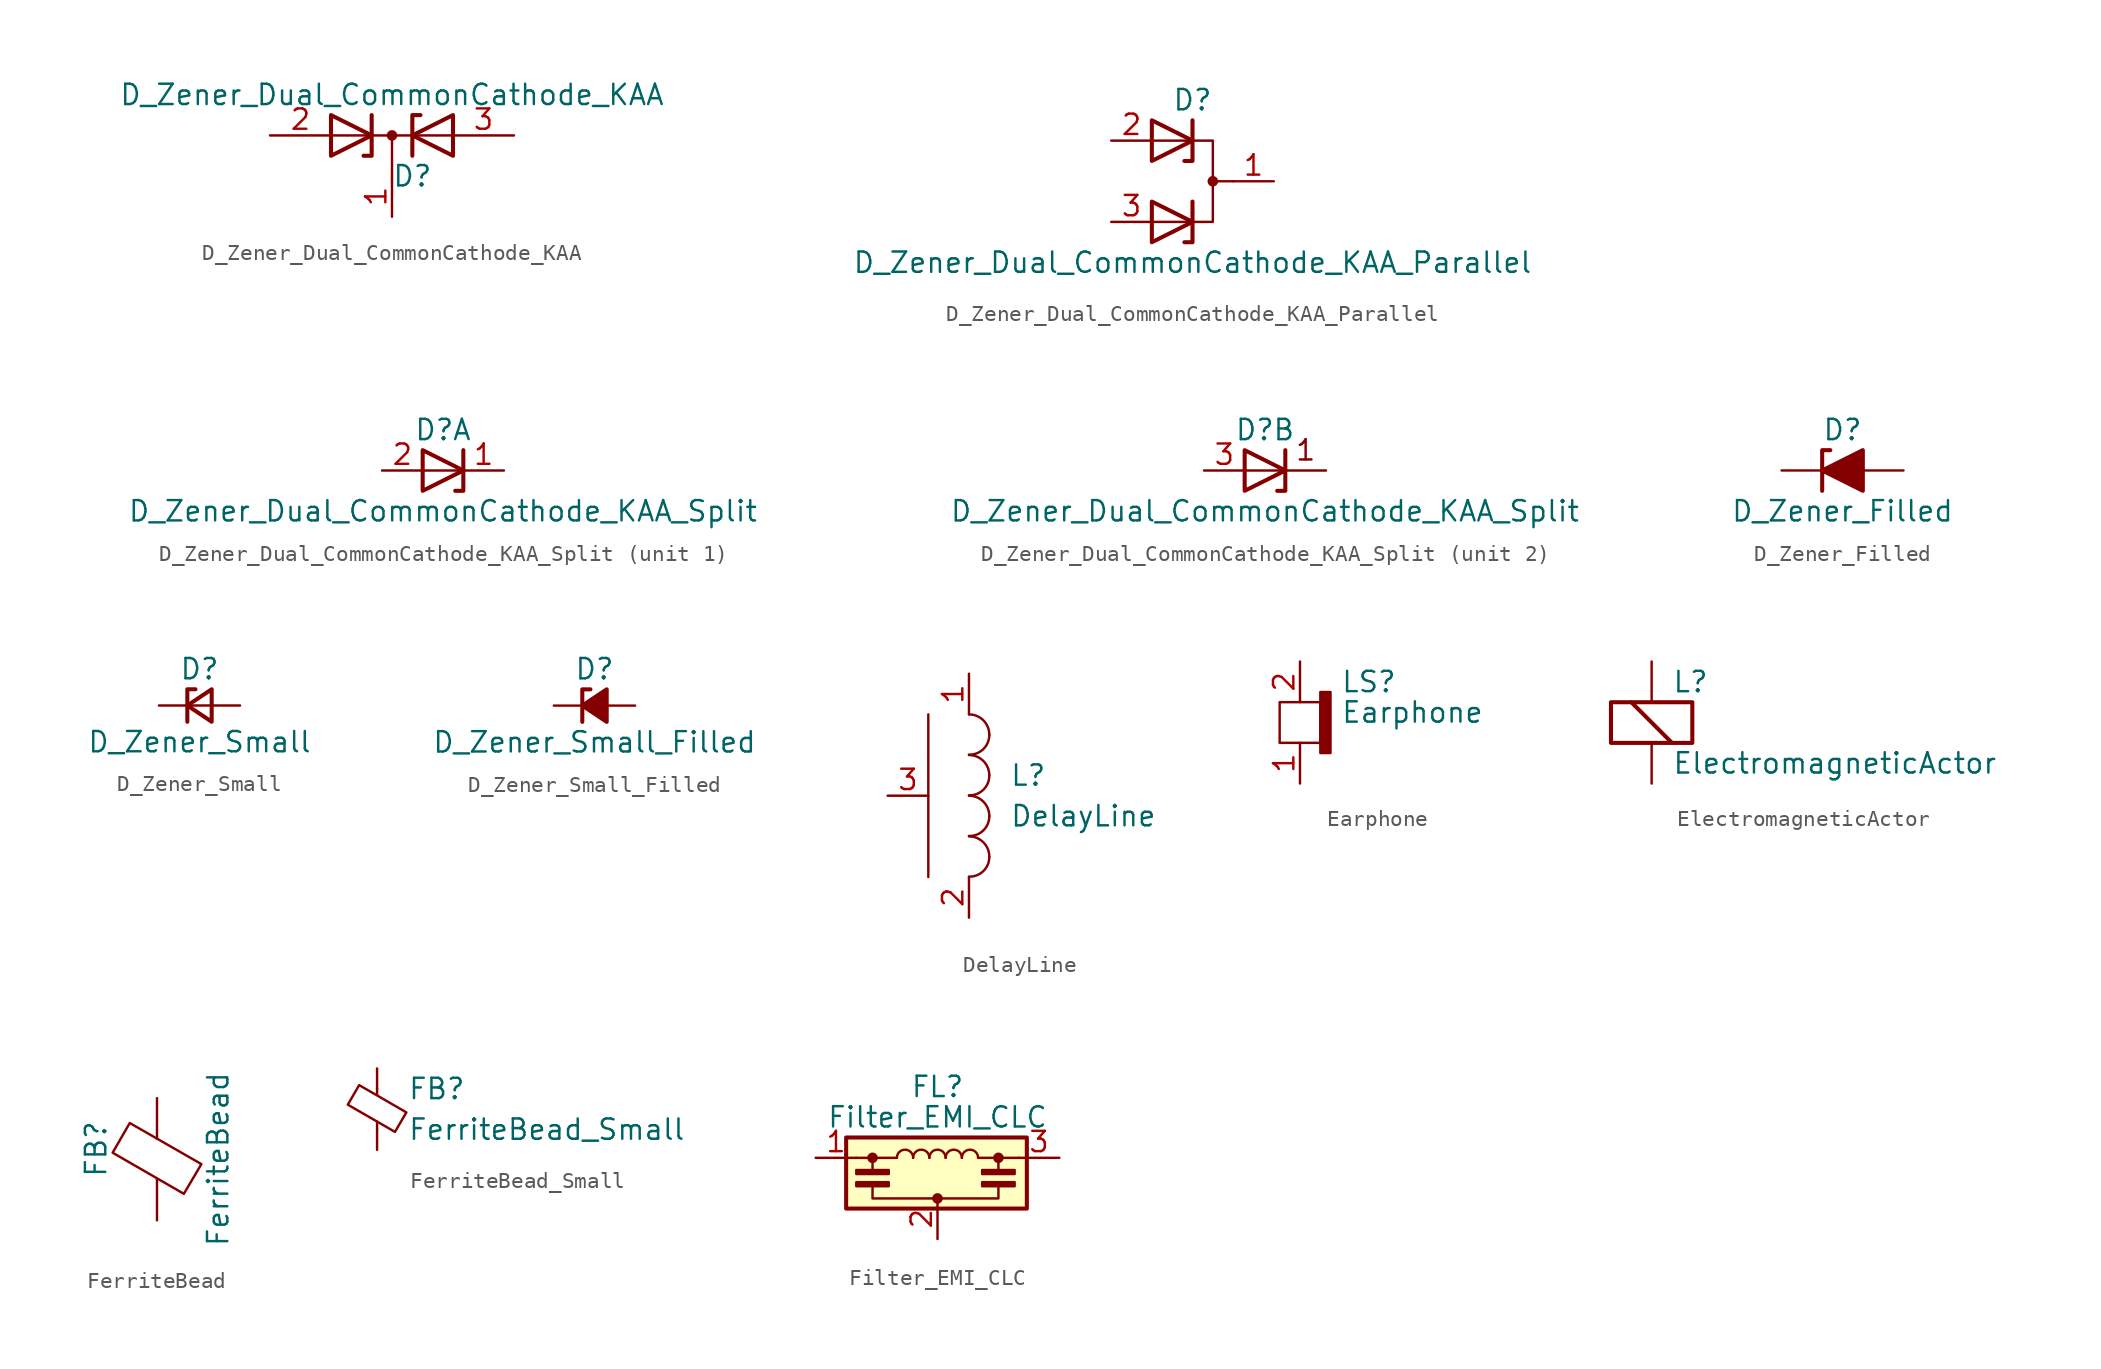
<source format=kicad_sym>
(kicad_symbol_lib
  (version 20241209)
  (generator "kicad_symbol_editor")
  (generator_version "9.0")
  (symbol "D_Zener_Dual_CommonCathode_KAA"
    (pin_names
      (offset 0.762)
      (hide yes))
    (property "Reference" "D"
      (at 1.27 -2.54 0)
      (effects (font (size 1.27 1.27))))
    (property "Value" "D_Zener_Dual_CommonCathode_KAA"
      (at 0 2.54 0)
      (effects (font (size 1.27 1.27))))
    (symbol "D_Zener_Dual_CommonCathode_KAA_0_1"
      (polyline (pts (xy -3.81 1.27) (xy -1.27 0) (xy -3.81 -1.27) (xy -3.81 1.27) (xy -3.81 1.27) (xy -3.81 1.27)) (stroke (width 0.254) (type solid)) (fill (type none)))
      (polyline (pts (xy -3.81 0) (xy 3.81 0)) (stroke (width 0) (type solid)) (fill (type none)))
      (polyline (pts (xy -1.27 1.27) (xy -1.27 -1.27) (xy -1.778 -1.27)) (stroke (width 0.254) (type solid)) (fill (type none)))
      (polyline (pts (xy 0 0) (xy 0 -2.54)) (stroke (width 0) (type solid)) (fill (type none)))
      (circle (center 0 0) (radius 0.254) (stroke (width 0) (type solid)) (fill (type outline)))
      (polyline (pts (xy 1.27 -1.27) (xy 1.27 1.27) (xy 1.778 1.27)) (stroke (width 0.254) (type solid)) (fill (type none)))
      (polyline (pts (xy 3.81 -1.27) (xy 1.27 0) (xy 3.81 1.27) (xy 3.81 -1.27) (xy 3.81 -1.27) (xy 3.81 -1.27)) (stroke (width 0.254) (type solid)) (fill (type none)))
      (pin passive line (at -7.62 0 0) (length 3.81) (name "A" (effects (font (size 1.27 1.27)))) (number "2" (effects (font (size 1.27 1.27)))))
      (pin passive line (at 0 -5.08 90) (length 2.54) (name "K" (effects (font (size 1.27 1.27)))) (number "1" (effects (font (size 1.27 1.27)))))
      (pin passive line (at 7.62 0 180) (length 3.81) (name "A" (effects (font (size 1.27 1.27)))) (number "3" (effects (font (size 1.27 1.27)))))))
  (symbol "D_Zener_Dual_CommonCathode_KAA_Parallel"
    (pin_names
      (offset 0.762)
      (hide yes))
    (property "Reference" "D"
      (at 0 5.08 0)
      (effects (font (size 1.27 1.27))))
    (property "Value" "D_Zener_Dual_CommonCathode_KAA_Parallel"
      (at 0 -5.08 0)
      (effects (font (size 1.27 1.27))))
    (symbol "D_Zener_Dual_CommonCathode_KAA_Parallel_0_0"
      (polyline (pts (xy 0 3.81) (xy 0 1.27) (xy -0.508 1.27)) (stroke (width 0.254) (type solid)) (fill (type none)))
      (polyline (pts (xy 0 -1.27) (xy 0 -3.81) (xy -0.508 -3.81)) (stroke (width 0.254) (type solid)) (fill (type none))))
    (symbol "D_Zener_Dual_CommonCathode_KAA_Parallel_0_1"
      (polyline (pts (xy -2.54 3.81) (xy 0 2.54) (xy -2.54 1.27) (xy -2.54 3.81) (xy -2.54 3.81) (xy -2.54 3.81)) (stroke (width 0.254) (type solid)) (fill (type none)))
      (polyline (pts (xy -2.54 -1.27) (xy 0 -2.54) (xy -2.54 -3.81) (xy -2.54 -1.27) (xy -2.54 -1.27) (xy -2.54 -1.27)) (stroke (width 0.254) (type solid)) (fill (type none)))
      (polyline (pts (xy -2.54 -2.54) (xy 1.27 -2.54) (xy 1.27 2.54) (xy -2.54 2.54)) (stroke (width 0) (type solid)) (fill (type none)))
      (polyline (pts (xy 1.27 0) (xy 2.54 0)) (stroke (width 0) (type solid)) (fill (type none)))
      (circle (center 1.27 0) (radius 0.254) (stroke (width 0) (type solid)) (fill (type outline)))
      (pin passive line (at -5.08 2.54 0) (length 2.54) (name "K" (effects (font (size 1.27 1.27)))) (number "2" (effects (font (size 1.27 1.27)))))
      (pin passive line (at -5.08 -2.54 0) (length 2.54) (name "K" (effects (font (size 1.27 1.27)))) (number "3" (effects (font (size 1.27 1.27)))))
      (pin passive line (at 5.08 0 180) (length 2.54) (name "A" (effects (font (size 1.27 1.27)))) (number "1" (effects (font (size 1.27 1.27)))))))
  (symbol "D_Zener_Dual_CommonCathode_KAA_Split"
    (pin_names
      (offset 0.762)
      (hide yes))
    (property "Reference" "D"
      (at 0 2.54 0)
      (effects (font (size 1.27 1.27))))
    (property "Value" "D_Zener_Dual_CommonCathode_KAA_Split"
      (at 0 -2.54 0)
      (effects (font (size 1.27 1.27))))
    (property "ki_locked" ""
      (at 0 0 0)
      (effects (font (size 1.27 1.27))))
    (symbol "D_Zener_Dual_CommonCathode_KAA_Split_0_0"
      (polyline (pts (xy 1.27 1.27) (xy 1.27 -1.27) (xy 0.762 -1.27)) (stroke (width 0.254) (type solid)) (fill (type none))))
    (symbol "D_Zener_Dual_CommonCathode_KAA_Split_0_1"
      (polyline (pts (xy -1.27 1.27) (xy 1.27 0) (xy -1.27 -1.27) (xy -1.27 1.27) (xy -1.27 1.27) (xy -1.27 1.27)) (stroke (width 0.254) (type solid)) (fill (type none))))
    (symbol "D_Zener_Dual_CommonCathode_KAA_Split_1_1"
      (polyline (pts (xy 1.27 0) (xy -1.27 0)) (stroke (width 0) (type solid)) (fill (type none)))
      (pin passive line (at -3.81 0 0) (length 2.54) (name "A" (effects (font (size 1.27 1.27)))) (number "2" (effects (font (size 1.27 1.27)))))
      (pin passive line (at 3.81 0 180) (length 2.54) (name "K" (effects (font (size 1.27 1.27)))) (number "1" (effects (font (size 1.27 1.27))))))
    (symbol "D_Zener_Dual_CommonCathode_KAA_Split_2_0"
      (polyline (pts (xy 3.81 0) (xy -1.27 0)) (stroke (width 0) (type solid)) (fill (type none)))
      (text "1" (at 2.54 1.27 0) (effects (font (size 1.27 1.27)))))
    (symbol "D_Zener_Dual_CommonCathode_KAA_Split_2_1"
      (pin passive line (at -3.81 0 0) (length 2.54) (name "K" (effects (font (size 1.27 1.27)))) (number "3" (effects (font (size 1.27 1.27)))))))
  (symbol "D_Zener_Filled"
    (pin_numbers
      (hide yes))
    (pin_names
      (offset 1.016)
      (hide yes))
    (property "Reference" "D"
      (at 0 2.54 0)
      (effects (font (size 1.27 1.27))))
    (property "Value" "D_Zener_Filled"
      (at 0 -2.54 0)
      (effects (font (size 1.27 1.27))))
    (symbol "D_Zener_Filled_0_1"
      (polyline (pts (xy -1.27 -1.27) (xy -1.27 1.27) (xy -0.762 1.27)) (stroke (width 0.254) (type solid)) (fill (type none)))
      (polyline (pts (xy 1.27 0) (xy -1.27 0)) (stroke (width 0) (type solid)) (fill (type none)))
      (polyline (pts (xy 1.27 -1.27) (xy 1.27 1.27) (xy -1.27 0) (xy 1.27 -1.27)) (stroke (width 0.254) (type solid)) (fill (type outline))))
    (symbol "D_Zener_Filled_1_1"
      (pin passive line (at -3.81 0 0) (length 2.54) (name "K" (effects (font (size 1.27 1.27)))) (number "1" (effects (font (size 1.27 1.27)))))
      (pin passive line (at 3.81 0 180) (length 2.54) (name "A" (effects (font (size 1.27 1.27)))) (number "2" (effects (font (size 1.27 1.27)))))))
  (symbol "D_Zener_Small"
    (pin_numbers
      (hide yes))
    (pin_names
      (offset 0.254)
      (hide yes))
    (property "Reference" "D"
      (at 0 2.286 0)
      (effects (font (size 1.27 1.27))))
    (property "Value" "D_Zener_Small"
      (at 0 -2.286 0)
      (effects (font (size 1.27 1.27))))
    (symbol "D_Zener_Small_0_1"
      (polyline (pts (xy -0.254 1.016) (xy -0.762 1.016) (xy -0.762 -1.016)) (stroke (width 0.254) (type solid)) (fill (type none)))
      (polyline (pts (xy 0.762 1.016) (xy -0.762 0) (xy 0.762 -1.016) (xy 0.762 1.016)) (stroke (width 0.254) (type solid)) (fill (type none)))
      (polyline (pts (xy 0.762 0) (xy -0.762 0)) (stroke (width 0) (type solid)) (fill (type none))))
    (symbol "D_Zener_Small_1_1"
      (pin passive line (at -2.54 0 0) (length 1.778) (name "K" (effects (font (size 1.27 1.27)))) (number "1" (effects (font (size 1.27 1.27)))))
      (pin passive line (at 2.54 0 180) (length 1.778) (name "A" (effects (font (size 1.27 1.27)))) (number "2" (effects (font (size 1.27 1.27)))))))
  (symbol "D_Zener_Small_Filled"
    (pin_numbers
      (hide yes))
    (pin_names
      (offset 0.254)
      (hide yes))
    (property "Reference" "D"
      (at 0 2.286 0)
      (effects (font (size 1.27 1.27))))
    (property "Value" "D_Zener_Small_Filled"
      (at 0 -2.286 0)
      (effects (font (size 1.27 1.27))))
    (symbol "D_Zener_Small_Filled_0_1"
      (polyline (pts (xy -0.254 1.016) (xy -0.762 1.016) (xy -0.762 -1.016)) (stroke (width 0.254) (type solid)) (fill (type none)))
      (polyline (pts (xy 0.762 1.016) (xy -0.762 0) (xy 0.762 -1.016) (xy 0.762 1.016)) (stroke (width 0.254) (type solid)) (fill (type outline)))
      (polyline (pts (xy 0.762 0) (xy -0.762 0)) (stroke (width 0) (type solid)) (fill (type none))))
    (symbol "D_Zener_Small_Filled_1_1"
      (pin passive line (at -2.54 0 0) (length 1.778) (name "K" (effects (font (size 1.27 1.27)))) (number "1" (effects (font (size 1.27 1.27)))))
      (pin passive line (at 2.54 0 180) (length 1.778) (name "A" (effects (font (size 1.27 1.27)))) (number "2" (effects (font (size 1.27 1.27)))))))
  (symbol "DelayLine"
    (pin_names
      (offset 1.016)
      (hide yes))
    (property "Reference" "L"
      (at 2.54 1.27 0)
      (effects (font (size 1.27 1.27)) (justify left)))
    (property "Value" "DelayLine"
      (at 2.54 -1.27 0)
      (effects (font (size 1.27 1.27)) (justify left)))
    (symbol "DelayLine_0_1"
      (polyline (pts (xy -2.54 5.08) (xy -2.54 -5.08)) (stroke (width 0) (type solid)) (fill (type none)))
      (arc (start 0 5.08) (mid 0.898 4.708) (end 1.27 3.81) (stroke (width 0) (type solid)) (fill (type none)))
      (arc (start 1.27 3.81) (mid 0.898 2.912) (end 0 2.5654) (stroke (width 0) (type solid)) (fill (type none)))
      (arc (start 0 2.54) (mid 0.898 2.168) (end 1.27 1.27) (stroke (width 0) (type solid)) (fill (type none)))
      (arc (start 1.27 1.27) (mid 0.898 0.372) (end 0 0.0254) (stroke (width 0) (type solid)) (fill (type none)))
      (arc (start 0 0) (mid 0.898 -0.372) (end 1.27 -1.27) (stroke (width 0) (type solid)) (fill (type none)))
      (arc (start 1.27 -1.27) (mid 0.898 -2.168) (end 0 -2.5146) (stroke (width 0) (type solid)) (fill (type none)))
      (arc (start 0 -2.54) (mid 0.898 -2.912) (end 1.27 -3.81) (stroke (width 0) (type solid)) (fill (type none)))
      (arc (start 1.27 -3.81) (mid 0.898 -4.708) (end 0 -5.0546) (stroke (width 0) (type solid)) (fill (type none))))
    (symbol "DelayLine_1_1"
      (pin input line (at -5.08 0 0) (length 2.54) (name "COMMUN" (effects (font (size 1.27 1.27)))) (number "3" (effects (font (size 1.27 1.27)))))
      (pin passive line (at 0 7.62 270) (length 2.54) (name "1" (effects (font (size 1.27 1.27)))) (number "1" (effects (font (size 1.27 1.27)))))
      (pin passive line (at 0 -7.62 90) (length 2.54) (name "2" (effects (font (size 1.27 1.27)))) (number "2" (effects (font (size 1.27 1.27)))))))
  (symbol "Earphone"
    (pin_names
      (offset 0.025)
      (hide yes))
    (property "Reference" "LS"
      (at 2.54 3.81 0)
      (effects (font (size 1.27 1.27)) (justify left)))
    (property "Value" "Earphone"
      (at 2.54 1.905 0)
      (effects (font (size 1.27 1.27)) (justify left)))
    (symbol "Earphone_0_1"
      (rectangle (start 1.27 0) (end -1.27 2.54) (stroke (width 0) (type solid)) (fill (type none)))
      (rectangle (start 1.27 -0.635) (end 1.905 3.175) (stroke (width 0) (type solid)) (fill (type outline))))
    (symbol "Earphone_1_1"
      (pin passive line (at 0 5.08 270) (length 2.54) (name "+" (effects (font (size 1.27 1.27)))) (number "2" (effects (font (size 1.27 1.27)))))
      (pin passive line (at 0 -2.54 90) (length 2.54) (name "-" (effects (font (size 1.27 1.27)))) (number "1" (effects (font (size 1.27 1.27)))))))
  (symbol "ElectromagneticActor"
    (pin_numbers
      (hide yes))
    (pin_names
      (offset 0.025)
      (hide yes))
    (property "Reference" "L"
      (at 1.27 3.81 0)
      (effects (font (size 1.27 1.27)) (justify left)))
    (property "Value" "ElectromagneticActor"
      (at 1.27 -1.27 0)
      (effects (font (size 1.27 1.27)) (justify left)))
    (symbol "ElectromagneticActor_0_1"
      (rectangle (start -2.54 2.54) (end 2.54 0) (stroke (width 0.254) (type solid)) (fill (type none)))
      (polyline (pts (xy -1.27 2.54) (xy 1.27 0)) (stroke (width 0.254) (type solid)) (fill (type none))))
    (symbol "ElectromagneticActor_1_1"
      (pin passive line (at 0 5.08 270) (length 2.54) (name "-" (effects (font (size 1.27 1.27)))) (number "1" (effects (font (size 1.27 1.27)))))
      (pin passive line (at 0 -2.54 90) (length 2.54) (name "+" (effects (font (size 1.27 1.27)))) (number "2" (effects (font (size 1.27 1.27)))))))
  (symbol "FerriteBead"
    (pin_numbers
      (hide yes))
    (pin_names
      (offset 0))
    (property "Reference" "FB"
      (at -3.81 0.635 90)
      (effects (font (size 1.27 1.27))))
    (property "Value" "FerriteBead"
      (at 3.81 0 90)
      (effects (font (size 1.27 1.27))))
    (symbol "FerriteBead_0_1"
      (polyline (pts (xy -2.769 0.406) (xy -1.702 2.261) (xy 2.769 -0.305) (xy 1.676 -2.159) (xy -2.769 0.406)) (stroke (width 0) (type solid)) (fill (type none)))
      (polyline (pts (xy 0 1.27) (xy 0 1.295)) (stroke (width 0) (type solid)) (fill (type none)))
      (polyline (pts (xy 0 -1.27) (xy 0 -1.219)) (stroke (width 0) (type solid)) (fill (type none))))
    (symbol "FerriteBead_1_1"
      (pin passive line (at 0 3.81 270) (length 2.54) (name "~" (effects (font (size 1.27 1.27)))) (number "1" (effects (font (size 1.27 1.27)))))
      (pin passive line (at 0 -3.81 90) (length 2.54) (name "~" (effects (font (size 1.27 1.27)))) (number "2" (effects (font (size 1.27 1.27)))))))
  (symbol "FerriteBead_Small"
    (pin_numbers
      (hide yes))
    (pin_names
      (offset 0))
    (property "Reference" "FB"
      (at 1.905 1.27 0)
      (effects (font (size 1.27 1.27)) (justify left)))
    (property "Value" "FerriteBead_Small"
      (at 1.905 -1.27 0)
      (effects (font (size 1.27 1.27)) (justify left)))
    (symbol "FerriteBead_Small_0_1"
      (polyline (pts (xy -1.829 0.279) (xy -1.118 1.499) (xy 1.829 -0.203) (xy 1.118 -1.422) (xy -1.829 0.279)) (stroke (width 0) (type solid)) (fill (type none)))
      (polyline (pts (xy 0 0.889) (xy 0 1.295)) (stroke (width 0) (type solid)) (fill (type none)))
      (polyline (pts (xy 0 -1.27) (xy 0 -0.787)) (stroke (width 0) (type solid)) (fill (type none))))
    (symbol "FerriteBead_Small_1_1"
      (pin passive line (at 0 2.54 270) (length 1.27) (name "~" (effects (font (size 1.27 1.27)))) (number "1" (effects (font (size 1.27 1.27)))))
      (pin passive line (at 0 -2.54 90) (length 1.27) (name "~" (effects (font (size 1.27 1.27)))) (number "2" (effects (font (size 1.27 1.27)))))))
  (symbol "Filter_EMI_CLC"
    (pin_names
      (offset 0.254)
      (hide yes))
    (property "Reference" "FL"
      (at 0 6.985 0)
      (effects (font (size 1.27 1.27))))
    (property "Value" "Filter_EMI_CLC"
      (at 0 5.08 0)
      (effects (font (size 1.27 1.27))))
    (symbol "Filter_EMI_CLC_0_1"
      (rectangle (start -5.715 3.81) (end 5.588 -0.635) (stroke (width 0.254) (type solid)) (fill (type background)))
      (polyline (pts (xy -5.08 2.54) (xy -2.54 2.54)) (stroke (width 0) (type solid)) (fill (type none)))
      (rectangle (start -5.08 0.762) (end -3.048 1.016) (stroke (width 0) (type solid)) (fill (type outline)))
      (circle (center -4.064 2.54) (radius 0.254) (stroke (width 0) (type solid)) (fill (type outline)))
      (polyline (pts (xy -4.064 2.54) (xy -4.064 1.778)) (stroke (width 0) (type solid)) (fill (type none)))
      (polyline (pts (xy -4.064 0.762) (xy -4.064 0) (xy 3.81 0) (xy 3.81 0.762)) (stroke (width 0) (type solid)) (fill (type none)))
      (rectangle (start -3.048 1.524) (end -5.08 1.778) (stroke (width 0) (type solid)) (fill (type outline)))
      (arc (start -2.54 2.54) (mid -2.032 3.048) (end -1.524 2.54) (stroke (width 0) (type solid)) (fill (type none)))
      (arc (start -1.524 2.54) (mid -1.016 3.048) (end -0.508 2.54) (stroke (width 0) (type solid)) (fill (type none)))
      (arc (start -0.508 2.54) (mid 0 3.048) (end 0.508 2.54) (stroke (width 0) (type solid)) (fill (type none)))
      (circle (center 0 0) (radius 0.254) (stroke (width 0) (type solid)) (fill (type outline)))
      (arc (start 0.508 2.54) (mid 1.016 3.048) (end 1.524 2.54) (stroke (width 0) (type solid)) (fill (type none)))
      (arc (start 1.524 2.54) (mid 2.032 3.048) (end 2.54 2.54) (stroke (width 0) (type solid)) (fill (type none)))
      (polyline (pts (xy 2.54 2.54) (xy 5.08 2.54)) (stroke (width 0) (type solid)) (fill (type none)))
      (rectangle (start 2.794 0.762) (end 4.826 1.016) (stroke (width 0) (type solid)) (fill (type outline)))
      (polyline (pts (xy 3.81 2.54) (xy 3.81 1.778)) (stroke (width 0) (type solid)) (fill (type none)))
      (circle (center 3.81 2.54) (radius 0.254) (stroke (width 0) (type solid)) (fill (type outline)))
      (rectangle (start 4.826 1.524) (end 2.794 1.778) (stroke (width 0) (type solid)) (fill (type outline))))
    (symbol "Filter_EMI_CLC_1_1"
      (pin passive line (at -7.62 2.54 0) (length 2.54) (name "1" (effects (font (size 1.27 1.27)))) (number "1" (effects (font (size 1.27 1.27)))))
      (pin passive line (at 0 -2.54 90) (length 2.54) (name "2" (effects (font (size 1.27 1.27)))) (number "2" (effects (font (size 1.27 1.27)))))
      (pin passive line (at 7.62 2.54 180) (length 2.54) (name "3" (effects (font (size 1.27 1.27)))) (number "3" (effects (font (size 1.27 1.27))))))))
</source>
